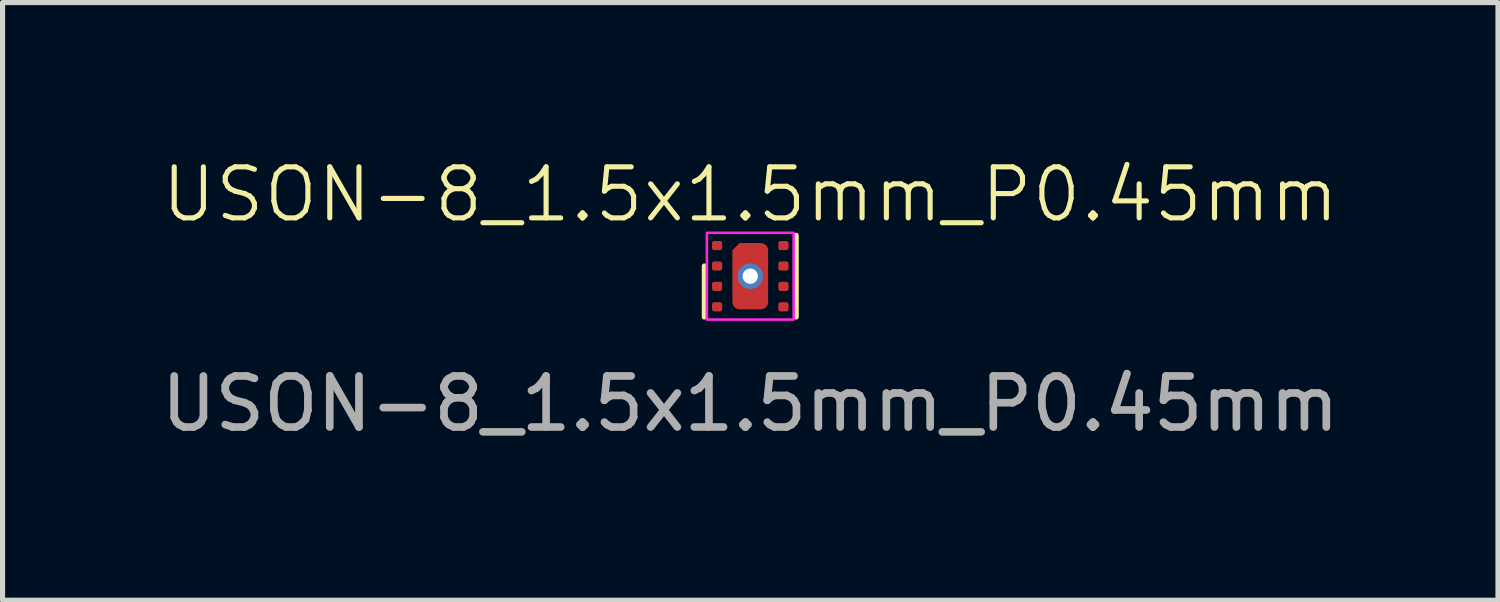
<source format=kicad_pcb>
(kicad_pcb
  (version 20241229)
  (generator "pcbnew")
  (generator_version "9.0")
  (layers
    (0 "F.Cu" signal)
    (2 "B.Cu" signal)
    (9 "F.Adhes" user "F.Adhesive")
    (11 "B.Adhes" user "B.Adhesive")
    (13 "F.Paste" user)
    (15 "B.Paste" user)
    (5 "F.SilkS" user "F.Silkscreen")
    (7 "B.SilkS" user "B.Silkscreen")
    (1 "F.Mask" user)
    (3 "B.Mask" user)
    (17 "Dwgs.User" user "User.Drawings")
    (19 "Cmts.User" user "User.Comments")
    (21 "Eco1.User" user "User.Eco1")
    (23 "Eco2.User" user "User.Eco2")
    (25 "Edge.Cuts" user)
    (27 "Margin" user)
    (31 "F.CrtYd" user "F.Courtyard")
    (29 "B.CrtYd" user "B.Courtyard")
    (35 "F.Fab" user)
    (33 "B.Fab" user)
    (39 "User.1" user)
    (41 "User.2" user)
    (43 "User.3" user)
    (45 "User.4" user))
  (footprint "USON-8_1.5x1.5mm_P0.45mm"
    (layer "F.Cu")
    (at 11.649 2.361)
    (property "Reference" "USON-8_1.5x1.5mm_P0.45mm" (at 0 -1.6 0) (unlocked yes) (layer "F.SilkS") (effects (font (size 1 1) (thickness 0.1))))
    (attr smd)
    (fp_line (start -0.9 -0.2) (end -0.9 0.8) (stroke (width 0.1) (type default)) (layer "F.SilkS"))
    (fp_line (start 0.9 -0.8) (end 0.9 0.8) (stroke (width 0.1) (type default)) (layer "F.SilkS"))
    (fp_circle (center -0.2 -0.5) (end -0.1 -0.5) (stroke (width 0) (type solid)) (fill yes) (layer "F.Paste"))
    (fp_circle (center -0.2 0.5) (end -0.1 0.5) (stroke (width 0) (type solid)) (fill yes) (layer "F.Paste"))
    (fp_circle (center 0 -0.3) (end 0.1 -0.3) (stroke (width 0) (type solid)) (fill yes) (layer "F.Paste"))
    (fp_circle (center 0 0.3) (end 0.1 0.3) (stroke (width 0) (type solid)) (fill yes) (layer "F.Paste"))
    (fp_circle (center 0.2 -0.5) (end 0.3 -0.5) (stroke (width 0) (type solid)) (fill yes) (layer "F.Paste"))
    (fp_circle (center 0.2 0.5) (end 0.3 0.5) (stroke (width 0) (type solid)) (fill yes) (layer "F.Paste"))
    (fp_rect (start -0.85 -0.85) (end 0.85 0.85) (stroke (width 0.05) (type default)) (fill no) (layer "F.CrtYd"))
    (fp_text user "${REFERENCE}" (at 0 2.5 0) (unlocked yes) (layer "F.Fab") (effects (font (size 1 1) (thickness 0.15))))
    (pad "1" smd roundrect (at -0.65 -0.6) (size 0.2 0.18) (layers "F.Cu" "F.Mask" "F.Paste") (roundrect_rratio 0.25))
    (pad "2" smd roundrect (at -0.65 -0.2) (size 0.2 0.18) (layers "F.Cu" "F.Mask" "F.Paste") (roundrect_rratio 0.25))
    (pad "3" smd roundrect (at -0.65 0.2) (size 0.2 0.18) (layers "F.Cu" "F.Mask" "F.Paste") (roundrect_rratio 0.25))
    (pad "4" smd roundrect (at -0.65 0.6) (size 0.2 0.18) (layers "F.Cu" "F.Mask" "F.Paste") (roundrect_rratio 0.25))
    (pad "5" smd roundrect (at 0.65 0.6) (size 0.2 0.18) (layers "F.Cu" "F.Mask" "F.Paste") (roundrect_rratio 0.25))
    (pad "6" smd roundrect (at 0.65 0.2) (size 0.2 0.18) (layers "F.Cu" "F.Mask" "F.Paste") (roundrect_rratio 0.25))
    (pad "7" smd roundrect (at 0.65 -0.2) (size 0.2 0.18) (layers "F.Cu" "F.Mask" "F.Paste") (roundrect_rratio 0.25))
    (pad "8" smd roundrect (at 0.65 -0.6) (size 0.2 0.18) (layers "F.Cu" "F.Mask" "F.Paste") (roundrect_rratio 0.25))
    (pad "9" thru_hole circle (at 0 0) (size 0.5 0.5) (drill 0.3) (layers "*.Cu" "*.Mask"))
    (pad "9" smd roundrect (at 0 0) (size 0.7 1.3) (layers "F.Cu" "F.Mask") (roundrect_rratio 0.2) (chamfer_ratio 0.2) (chamfer top_left)))
  (gr_rect
    (start -3 -3)
    (end 26.298 8.709)
    (stroke (width 0.1) (type default))
    (fill no)
    (layer "Edge.Cuts")))
</source>
